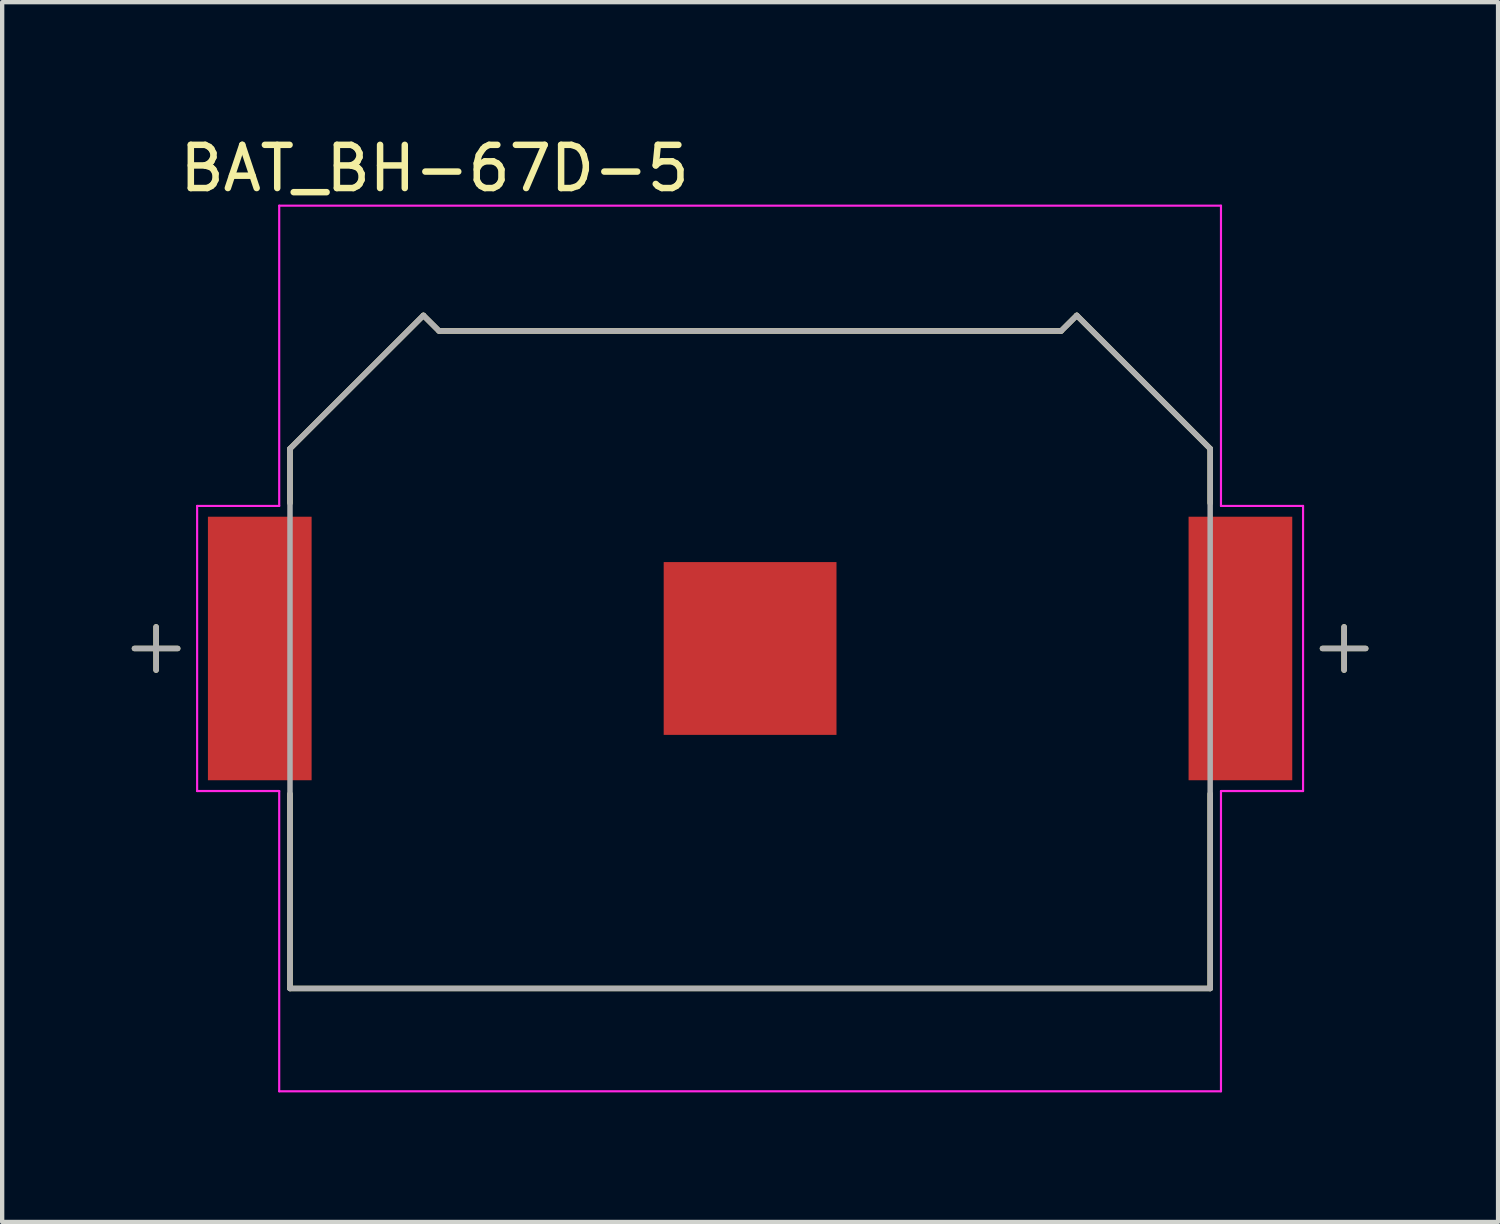
<source format=kicad_pcb>
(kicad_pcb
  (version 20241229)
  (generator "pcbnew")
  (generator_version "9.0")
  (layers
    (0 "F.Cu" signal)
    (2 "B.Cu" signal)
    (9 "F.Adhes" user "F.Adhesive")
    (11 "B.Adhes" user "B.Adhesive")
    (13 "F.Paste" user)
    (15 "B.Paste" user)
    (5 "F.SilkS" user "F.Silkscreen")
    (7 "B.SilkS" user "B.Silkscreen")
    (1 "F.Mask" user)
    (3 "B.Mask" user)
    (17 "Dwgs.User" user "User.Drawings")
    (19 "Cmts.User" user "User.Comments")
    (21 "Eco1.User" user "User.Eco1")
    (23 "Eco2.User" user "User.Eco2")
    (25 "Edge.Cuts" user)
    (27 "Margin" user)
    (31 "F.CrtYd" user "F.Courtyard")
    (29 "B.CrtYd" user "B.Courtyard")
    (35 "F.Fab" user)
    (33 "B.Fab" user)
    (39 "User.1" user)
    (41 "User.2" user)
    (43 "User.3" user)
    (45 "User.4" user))
  (footprint "BAT_BH-67D-5"
    (layer "F.Cu")
    (at 14.313 11.961)
    (property "Reference" "BAT_BH-67D-5" (at -7.303 -11.113 0) (layer "F.SilkS") (effects (font (size 1 1) (thickness 0.15))))
    (attr smd)
    (fp_line (start -13.75 -0.5) (end -13.75 0.5) (stroke (width 0.127) (type solid)) (layer "F.SilkS"))
    (fp_line (start -13.25 0) (end -14.25 0) (stroke (width 0.127) (type solid)) (layer "F.SilkS"))
    (fp_line (start -10.65 -4.625) (end -10.65 -3.365) (stroke (width 0.127) (type solid)) (layer "F.SilkS"))
    (fp_line (start -10.65 3.365) (end -10.65 7.87) (stroke (width 0.127) (type solid)) (layer "F.SilkS"))
    (fp_line (start -10.65 7.87) (end 10.65 7.87) (stroke (width 0.127) (type solid)) (layer "F.SilkS"))
    (fp_line (start -7.562 -7.71) (end -10.65 -4.625) (stroke (width 0.127) (type solid)) (layer "F.SilkS"))
    (fp_line (start -7.562 -7.71) (end -7.2 -7.35) (stroke (width 0.127) (type solid)) (layer "F.SilkS"))
    (fp_line (start -7.2 -7.35) (end 7.2 -7.35) (stroke (width 0.127) (type solid)) (layer "F.SilkS"))
    (fp_line (start 7.2 -7.35) (end 7.562 -7.71) (stroke (width 0.127) (type solid)) (layer "F.SilkS"))
    (fp_line (start 7.562 -7.71) (end 10.65 -4.625) (stroke (width 0.127) (type solid)) (layer "F.SilkS"))
    (fp_line (start 10.65 -4.625) (end 10.65 -3.365) (stroke (width 0.127) (type solid)) (layer "F.SilkS"))
    (fp_line (start 10.65 3.365) (end 10.65 7.87) (stroke (width 0.127) (type solid)) (layer "F.SilkS"))
    (fp_line (start 13.75 -0.5) (end 13.75 0.5) (stroke (width 0.127) (type solid)) (layer "F.SilkS"))
    (fp_line (start 14.25 0) (end 13.25 0) (stroke (width 0.127) (type solid)) (layer "F.SilkS"))
    (fp_line (start -12.8 -3.3) (end -12.8 3.3) (stroke (width 0.05) (type solid)) (layer "F.CrtYd"))
    (fp_line (start -12.8 -3.3) (end -10.9 -3.3) (stroke (width 0.05) (type solid)) (layer "F.CrtYd"))
    (fp_line (start -12.8 3.3) (end -10.9 3.3) (stroke (width 0.05) (type solid)) (layer "F.CrtYd"))
    (fp_line (start -10.9 -3.3) (end -10.9 -10.25) (stroke (width 0.05) (type solid)) (layer "F.CrtYd"))
    (fp_line (start -10.9 3.3) (end -10.9 10.25) (stroke (width 0.05) (type solid)) (layer "F.CrtYd"))
    (fp_line (start -10.9 10.25) (end 10.9 10.25) (stroke (width 0.05) (type solid)) (layer "F.CrtYd"))
    (fp_line (start 10.9 -10.25) (end -10.9 -10.25) (stroke (width 0.05) (type solid)) (layer "F.CrtYd"))
    (fp_line (start 10.9 -10.25) (end 10.9 -3.3) (stroke (width 0.05) (type solid)) (layer "F.CrtYd"))
    (fp_line (start 10.9 -3.3) (end 12.8 -3.3) (stroke (width 0.05) (type solid)) (layer "F.CrtYd"))
    (fp_line (start 10.9 3.3) (end 12.8 3.3) (stroke (width 0.05) (type solid)) (layer "F.CrtYd"))
    (fp_line (start 10.9 10.25) (end 10.9 3.3) (stroke (width 0.05) (type solid)) (layer "F.CrtYd"))
    (fp_line (start 12.8 3.3) (end 12.8 -3.3) (stroke (width 0.05) (type solid)) (layer "F.CrtYd"))
    (fp_line (start -14.25 0) (end -13.25 0) (stroke (width 0.127) (type solid)) (layer "F.Fab"))
    (fp_line (start -13.75 -0.5) (end -13.75 0.5) (stroke (width 0.127) (type solid)) (layer "F.Fab"))
    (fp_line (start -10.65 -4.625) (end -10.65 7.87) (stroke (width 0.127) (type solid)) (layer "F.Fab"))
    (fp_line (start -10.65 7.87) (end 10.65 7.87) (stroke (width 0.127) (type solid)) (layer "F.Fab"))
    (fp_line (start -7.562 -7.71) (end -10.65 -4.625) (stroke (width 0.127) (type solid)) (layer "F.Fab"))
    (fp_line (start -7.562 -7.71) (end -7.2 -7.35) (stroke (width 0.127) (type solid)) (layer "F.Fab"))
    (fp_line (start -7.2 -7.35) (end 7.2 -7.35) (stroke (width 0.127) (type solid)) (layer "F.Fab"))
    (fp_line (start 7.2 -7.35) (end 7.562 -7.71) (stroke (width 0.127) (type solid)) (layer "F.Fab"))
    (fp_line (start 7.562 -7.71) (end 10.65 -4.625) (stroke (width 0.127) (type solid)) (layer "F.Fab"))
    (fp_line (start 10.65 -4.625) (end 10.65 7.87) (stroke (width 0.127) (type solid)) (layer "F.Fab"))
    (fp_line (start 13.25 0) (end 14.25 0) (stroke (width 0.127) (type solid)) (layer "F.Fab"))
    (fp_line (start 13.75 -0.5) (end 13.75 0.5) (stroke (width 0.127) (type solid)) (layer "F.Fab"))
    (pad "N" smd rect (at 0 0) (size 4 4) (layers "F.Cu" "F.Mask"))
    (pad "P1" smd rect (at -11.35 0) (size 2.4 6.1) (layers "F.Cu" "F.Mask" "F.Paste"))
    (pad "P2" smd rect (at 11.35 0) (size 2.4 6.1) (layers "F.Cu" "F.Mask" "F.Paste")))
  (gr_rect
    (start -3 -3)
    (end 31.627 25.236)
    (stroke (width 0.1) (type default))
    (fill no)
    (layer "Edge.Cuts")))
</source>
